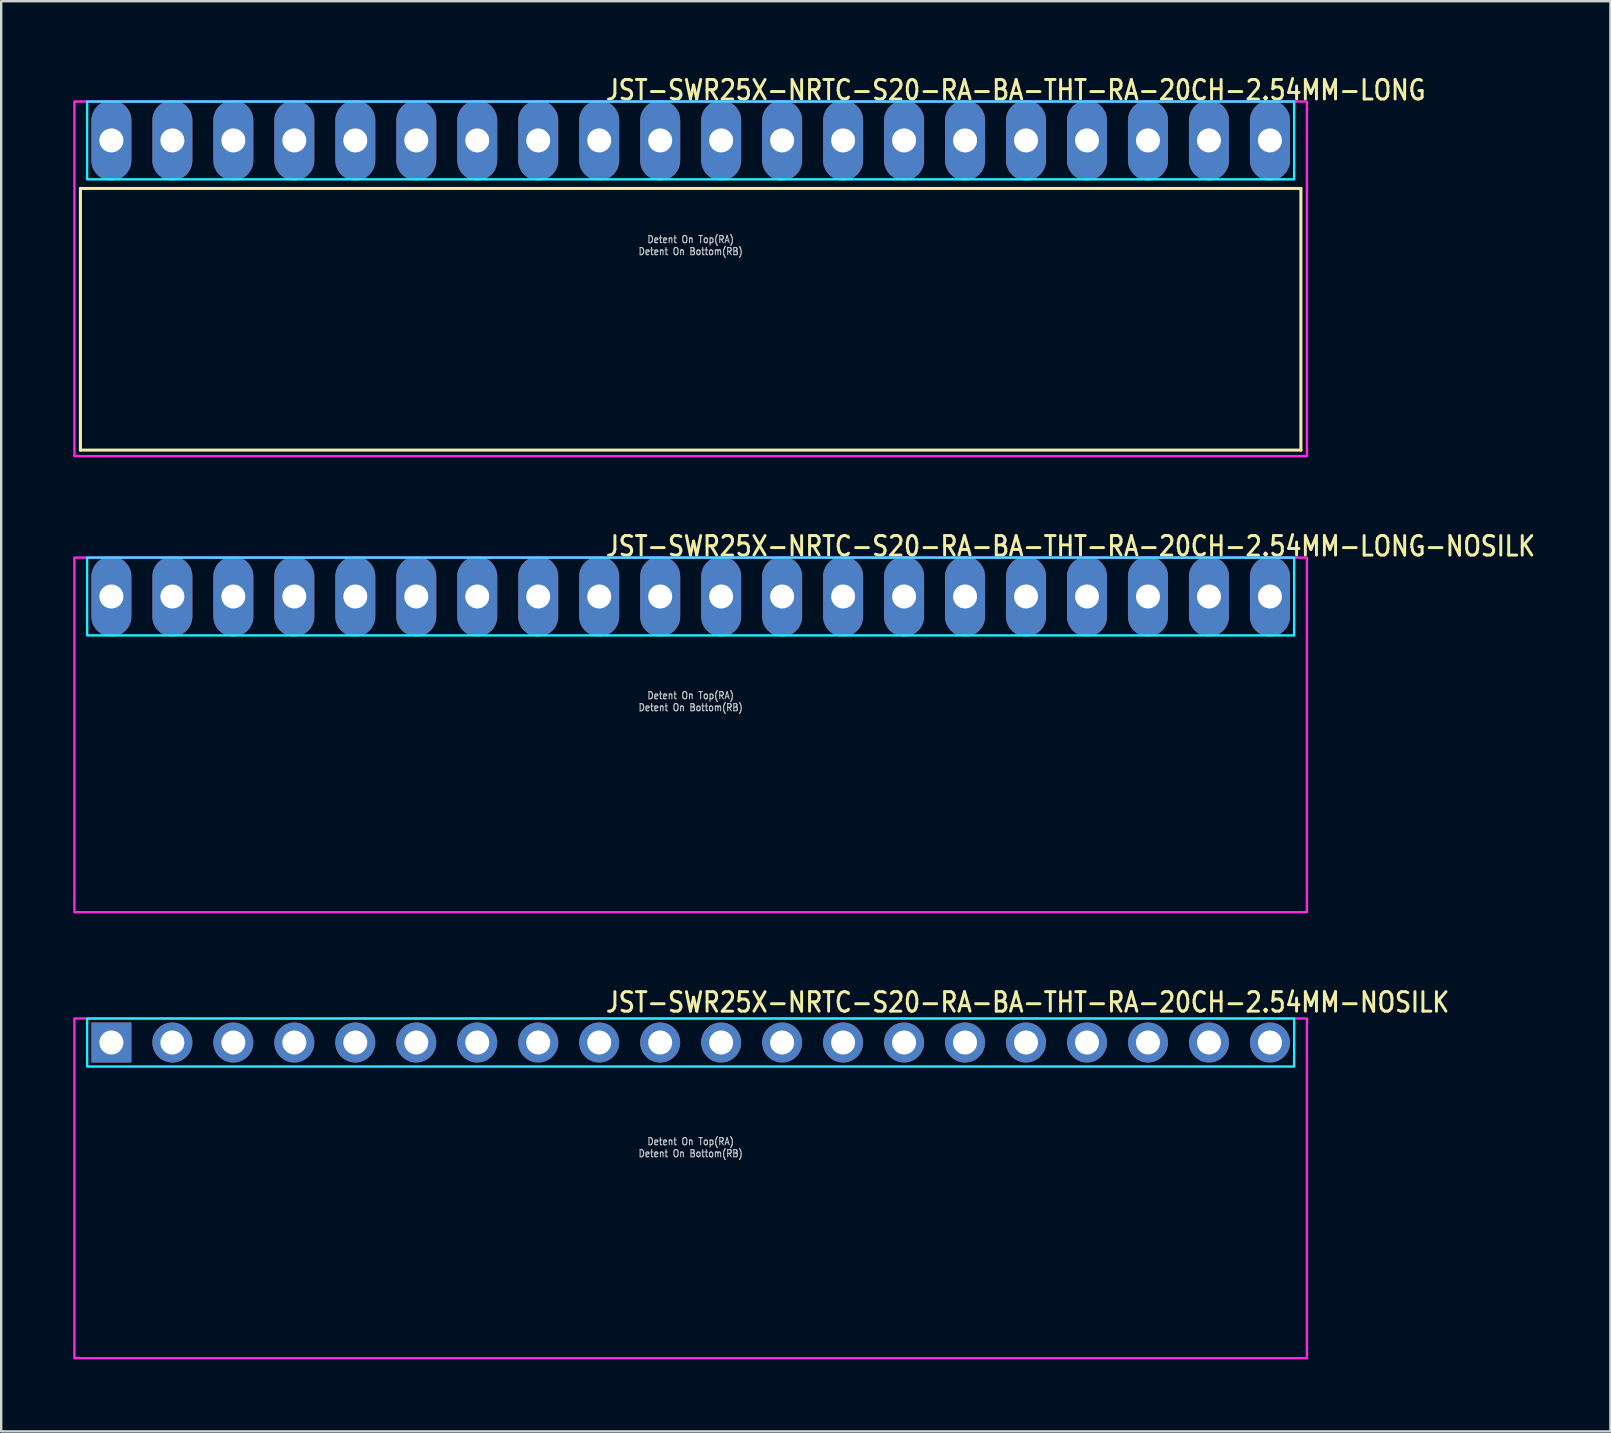
<source format=kicad_pcb>
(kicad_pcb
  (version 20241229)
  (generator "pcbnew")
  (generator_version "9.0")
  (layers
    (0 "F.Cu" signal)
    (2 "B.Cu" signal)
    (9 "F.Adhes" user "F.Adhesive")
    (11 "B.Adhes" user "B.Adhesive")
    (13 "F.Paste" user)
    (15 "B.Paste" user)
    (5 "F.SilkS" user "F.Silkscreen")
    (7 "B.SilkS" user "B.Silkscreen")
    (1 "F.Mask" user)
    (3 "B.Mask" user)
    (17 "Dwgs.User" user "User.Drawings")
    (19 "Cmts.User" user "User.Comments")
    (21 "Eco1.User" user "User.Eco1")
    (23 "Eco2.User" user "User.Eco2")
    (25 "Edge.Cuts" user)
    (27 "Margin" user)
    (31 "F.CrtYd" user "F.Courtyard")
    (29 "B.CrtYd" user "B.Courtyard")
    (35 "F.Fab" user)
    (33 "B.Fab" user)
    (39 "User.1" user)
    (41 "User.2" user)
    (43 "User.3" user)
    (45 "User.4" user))
  (footprint "JST-SWR25X-NRTC-S20-RA-BA-THT-RA-20CH-2.54MM-LONG-NOSILK"
    (layer "F.Cu")
    (at 25.72 21.797)
    (property "Reference" "JST-SWR25X-NRTC-S20-RA-BA-THT-RA-20CH-2.54MM-LONG-NOSILK" (at -3.6 -1.62 0) (unlocked yes) (layer "F.SilkS") (effects (font (size 0.813 0.695) (thickness 0.122)) (justify left bottom)))
    (fp_poly (pts (xy -25.14 -1.62) (xy -25.14 1.62) (xy 25.14 1.62) (xy 25.14 -1.62)) (stroke (width 0.1) (type solid)) (fill no) (layer "B.CrtYd"))
    (fp_poly (pts (xy -25.67 -1.62) (xy -25.67 13.15) (xy 25.67 13.15) (xy 25.67 -1.62)) (stroke (width 0.1) (type solid)) (fill no) (layer "F.CrtYd"))
    (fp_text user "Detent On Top(RA)" (at 0 4.3 0) (unlocked yes) (layer "Dwgs.User") (effects (font (size 0.3 0.257) (thickness 0.045)) (justify bottom)))
    (fp_text user "Detent On Bottom(RB)" (at 0 4.8 0) (unlocked yes) (layer "Dwgs.User") (effects (font (size 0.3 0.257) (thickness 0.045)) (justify bottom)))
    (pad "1" thru_hole oval (at -24.13 0 90) (size 3.333 1.667) (drill 1) (layers "*.Cu" "*.Mask"))
    (pad "2" thru_hole oval (at -21.59 0 90) (size 3.333 1.667) (drill 1) (layers "*.Cu" "*.Mask"))
    (pad "3" thru_hole oval (at -19.05 0 90) (size 3.333 1.667) (drill 1) (layers "*.Cu" "*.Mask"))
    (pad "4" thru_hole oval (at -16.51 0 90) (size 3.333 1.667) (drill 1) (layers "*.Cu" "*.Mask"))
    (pad "5" thru_hole oval (at -13.97 0 90) (size 3.333 1.667) (drill 1) (layers "*.Cu" "*.Mask"))
    (pad "6" thru_hole oval (at -11.43 0 90) (size 3.333 1.667) (drill 1) (layers "*.Cu" "*.Mask"))
    (pad "7" thru_hole oval (at -8.89 0 90) (size 3.333 1.667) (drill 1) (layers "*.Cu" "*.Mask"))
    (pad "8" thru_hole oval (at -6.35 0 90) (size 3.333 1.667) (drill 1) (layers "*.Cu" "*.Mask"))
    (pad "9" thru_hole oval (at -3.81 0 90) (size 3.333 1.667) (drill 1) (layers "*.Cu" "*.Mask"))
    (pad "10" thru_hole oval (at -1.27 0 90) (size 3.333 1.667) (drill 1) (layers "*.Cu" "*.Mask"))
    (pad "11" thru_hole oval (at 1.27 0 90) (size 3.333 1.667) (drill 1) (layers "*.Cu" "*.Mask"))
    (pad "12" thru_hole oval (at 3.81 0 90) (size 3.333 1.667) (drill 1) (layers "*.Cu" "*.Mask"))
    (pad "13" thru_hole oval (at 6.35 0 90) (size 3.333 1.667) (drill 1) (layers "*.Cu" "*.Mask"))
    (pad "14" thru_hole oval (at 8.89 0 90) (size 3.333 1.667) (drill 1) (layers "*.Cu" "*.Mask"))
    (pad "15" thru_hole oval (at 11.43 0 90) (size 3.333 1.667) (drill 1) (layers "*.Cu" "*.Mask"))
    (pad "16" thru_hole oval (at 13.97 0 90) (size 3.333 1.667) (drill 1) (layers "*.Cu" "*.Mask"))
    (pad "17" thru_hole oval (at 16.51 0 90) (size 3.333 1.667) (drill 1) (layers "*.Cu" "*.Mask"))
    (pad "18" thru_hole oval (at 19.05 0 90) (size 3.333 1.667) (drill 1) (layers "*.Cu" "*.Mask"))
    (pad "19" thru_hole oval (at 21.59 0 90) (size 3.333 1.667) (drill 1) (layers "*.Cu" "*.Mask"))
    (pad "20" thru_hole oval (at 24.13 0 90) (size 3.333 1.667) (drill 1) (layers "*.Cu" "*.Mask")))
  (footprint "JST-SWR25X-NRTC-S20-RA-BA-THT-RA-20CH-2.54MM-LONG"
    (layer "F.Cu")
    (at 25.72 2.799)
    (property "Reference" "JST-SWR25X-NRTC-S20-RA-BA-THT-RA-20CH-2.54MM-LONG" (at -3.6 -1.62 0) (unlocked yes) (layer "F.SilkS") (effects (font (size 0.813 0.695) (thickness 0.122)) (justify left bottom)))
    (fp_line (start -25.42 2) (end 25.42 2) (stroke (width 0.127) (type solid)) (layer "F.SilkS"))
    (fp_line (start -25.42 12.9) (end -25.42 2) (stroke (width 0.127) (type solid)) (layer "F.SilkS"))
    (fp_line (start -25.42 12.9) (end 25.42 12.9) (stroke (width 0.127) (type solid)) (layer "F.SilkS"))
    (fp_line (start 25.42 2) (end 25.42 12.9) (stroke (width 0.127) (type solid)) (layer "F.SilkS"))
    (fp_poly (pts (xy -25.14 -1.62) (xy -25.14 1.62) (xy 25.14 1.62) (xy 25.14 -1.62)) (stroke (width 0.1) (type solid)) (fill no) (layer "B.CrtYd"))
    (fp_poly (pts (xy -25.67 -1.62) (xy -25.67 13.15) (xy 25.67 13.15) (xy 25.67 -1.62)) (stroke (width 0.1) (type solid)) (fill no) (layer "F.CrtYd"))
    (fp_text user "Detent On Bottom(RB)" (at 0 4.8 0) (unlocked yes) (layer "Dwgs.User") (effects (font (size 0.3 0.257) (thickness 0.045)) (justify bottom)))
    (fp_text user "Detent On Top(RA)" (at 0 4.3 0) (unlocked yes) (layer "Dwgs.User") (effects (font (size 0.3 0.257) (thickness 0.045)) (justify bottom)))
    (pad "1" thru_hole oval (at -24.13 0 90) (size 3.333 1.667) (drill 1) (layers "*.Cu" "*.Mask"))
    (pad "2" thru_hole oval (at -21.59 0 90) (size 3.333 1.667) (drill 1) (layers "*.Cu" "*.Mask"))
    (pad "3" thru_hole oval (at -19.05 0 90) (size 3.333 1.667) (drill 1) (layers "*.Cu" "*.Mask"))
    (pad "4" thru_hole oval (at -16.51 0 90) (size 3.333 1.667) (drill 1) (layers "*.Cu" "*.Mask"))
    (pad "5" thru_hole oval (at -13.97 0 90) (size 3.333 1.667) (drill 1) (layers "*.Cu" "*.Mask"))
    (pad "6" thru_hole oval (at -11.43 0 90) (size 3.333 1.667) (drill 1) (layers "*.Cu" "*.Mask"))
    (pad "7" thru_hole oval (at -8.89 0 90) (size 3.333 1.667) (drill 1) (layers "*.Cu" "*.Mask"))
    (pad "8" thru_hole oval (at -6.35 0 90) (size 3.333 1.667) (drill 1) (layers "*.Cu" "*.Mask"))
    (pad "9" thru_hole oval (at -3.81 0 90) (size 3.333 1.667) (drill 1) (layers "*.Cu" "*.Mask"))
    (pad "10" thru_hole oval (at -1.27 0 90) (size 3.333 1.667) (drill 1) (layers "*.Cu" "*.Mask"))
    (pad "11" thru_hole oval (at 1.27 0 90) (size 3.333 1.667) (drill 1) (layers "*.Cu" "*.Mask"))
    (pad "12" thru_hole oval (at 3.81 0 90) (size 3.333 1.667) (drill 1) (layers "*.Cu" "*.Mask"))
    (pad "13" thru_hole oval (at 6.35 0 90) (size 3.333 1.667) (drill 1) (layers "*.Cu" "*.Mask"))
    (pad "14" thru_hole oval (at 8.89 0 90) (size 3.333 1.667) (drill 1) (layers "*.Cu" "*.Mask"))
    (pad "15" thru_hole oval (at 11.43 0 90) (size 3.333 1.667) (drill 1) (layers "*.Cu" "*.Mask"))
    (pad "16" thru_hole oval (at 13.97 0 90) (size 3.333 1.667) (drill 1) (layers "*.Cu" "*.Mask"))
    (pad "17" thru_hole oval (at 16.51 0 90) (size 3.333 1.667) (drill 1) (layers "*.Cu" "*.Mask"))
    (pad "18" thru_hole oval (at 19.05 0 90) (size 3.333 1.667) (drill 1) (layers "*.Cu" "*.Mask"))
    (pad "19" thru_hole oval (at 21.59 0 90) (size 3.333 1.667) (drill 1) (layers "*.Cu" "*.Mask"))
    (pad "20" thru_hole oval (at 24.13 0 90) (size 3.333 1.667) (drill 1) (layers "*.Cu" "*.Mask")))
  (footprint "JST-SWR25X-NRTC-S20-RA-BA-THT-RA-20CH-2.54MM-NOSILK"
    (layer "F.Cu")
    (at 25.72 40.376)
    (property "Reference" "JST-SWR25X-NRTC-S20-RA-BA-THT-RA-20CH-2.54MM-NOSILK" (at -3.6 -1.2 0) (unlocked yes) (layer "F.SilkS") (effects (font (size 0.813 0.695) (thickness 0.122)) (justify left bottom)))
    (fp_poly (pts (xy -25.14 -1) (xy -25.14 1) (xy 25.14 1) (xy 25.14 -1)) (stroke (width 0.1) (type solid)) (fill no) (layer "B.CrtYd"))
    (fp_poly (pts (xy -25.67 -1) (xy -25.67 13.15) (xy 25.67 13.15) (xy 25.67 -1)) (stroke (width 0.1) (type solid)) (fill no) (layer "F.CrtYd"))
    (fp_text user "Detent On Top(RA)" (at 0 4.3 0) (unlocked yes) (layer "Dwgs.User") (effects (font (size 0.3 0.257) (thickness 0.045)) (justify bottom)))
    (fp_text user "Detent On Bottom(RB)" (at 0 4.8 0) (unlocked yes) (layer "Dwgs.User") (effects (font (size 0.3 0.257) (thickness 0.045)) (justify bottom)))
    (pad "1" thru_hole rect (at -24.13 0) (size 1.667 1.667) (drill 1) (layers "*.Cu" "*.Mask"))
    (pad "2" thru_hole oval (at -21.59 0) (size 1.667 1.667) (drill 1) (layers "*.Cu" "*.Mask"))
    (pad "3" thru_hole oval (at -19.05 0) (size 1.667 1.667) (drill 1) (layers "*.Cu" "*.Mask"))
    (pad "4" thru_hole oval (at -16.51 0) (size 1.667 1.667) (drill 1) (layers "*.Cu" "*.Mask"))
    (pad "5" thru_hole oval (at -13.97 0) (size 1.667 1.667) (drill 1) (layers "*.Cu" "*.Mask"))
    (pad "6" thru_hole oval (at -11.43 0) (size 1.667 1.667) (drill 1) (layers "*.Cu" "*.Mask"))
    (pad "7" thru_hole oval (at -8.89 0) (size 1.667 1.667) (drill 1) (layers "*.Cu" "*.Mask"))
    (pad "8" thru_hole oval (at -6.35 0) (size 1.667 1.667) (drill 1) (layers "*.Cu" "*.Mask"))
    (pad "9" thru_hole oval (at -3.81 0) (size 1.667 1.667) (drill 1) (layers "*.Cu" "*.Mask"))
    (pad "10" thru_hole oval (at -1.27 0) (size 1.667 1.667) (drill 1) (layers "*.Cu" "*.Mask"))
    (pad "11" thru_hole oval (at 1.27 0) (size 1.667 1.667) (drill 1) (layers "*.Cu" "*.Mask"))
    (pad "12" thru_hole oval (at 3.81 0) (size 1.667 1.667) (drill 1) (layers "*.Cu" "*.Mask"))
    (pad "13" thru_hole oval (at 6.35 0) (size 1.667 1.667) (drill 1) (layers "*.Cu" "*.Mask"))
    (pad "14" thru_hole oval (at 8.89 0) (size 1.667 1.667) (drill 1) (layers "*.Cu" "*.Mask"))
    (pad "15" thru_hole oval (at 11.43 0) (size 1.667 1.667) (drill 1) (layers "*.Cu" "*.Mask"))
    (pad "16" thru_hole oval (at 13.97 0) (size 1.667 1.667) (drill 1) (layers "*.Cu" "*.Mask"))
    (pad "17" thru_hole oval (at 16.51 0) (size 1.667 1.667) (drill 1) (layers "*.Cu" "*.Mask"))
    (pad "18" thru_hole oval (at 19.05 0) (size 1.667 1.667) (drill 1) (layers "*.Cu" "*.Mask"))
    (pad "19" thru_hole oval (at 21.59 0) (size 1.667 1.667) (drill 1) (layers "*.Cu" "*.Mask"))
    (pad "20" thru_hole oval (at 24.13 0) (size 1.667 1.667) (drill 1) (layers "*.Cu" "*.Mask")))
  (gr_rect
    (start -3 -3)
    (end 64.032 56.576)
    (stroke (width 0.1) (type default))
    (fill no)
    (layer "Edge.Cuts")))
</source>
